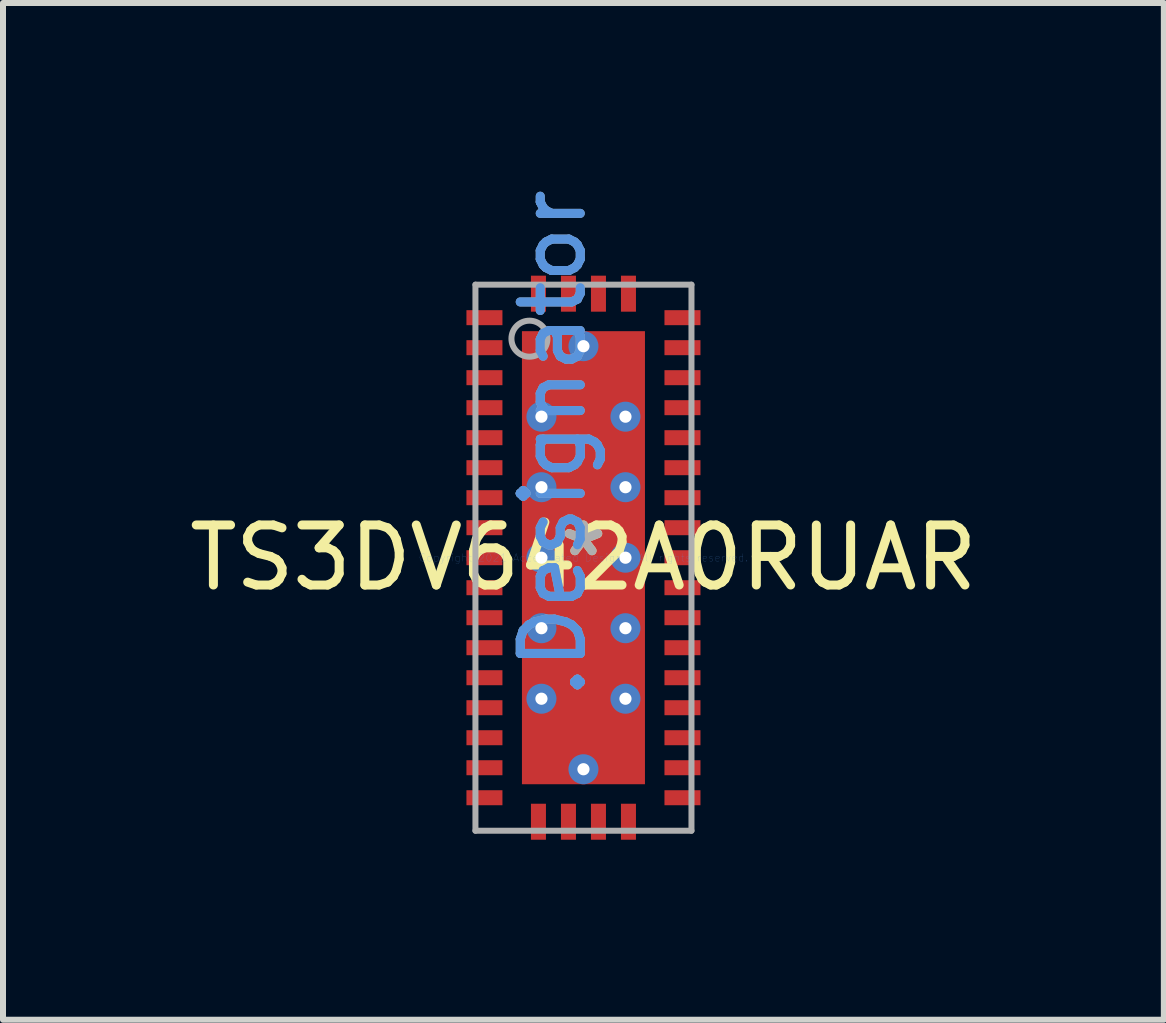
<source format=kicad_pcb>
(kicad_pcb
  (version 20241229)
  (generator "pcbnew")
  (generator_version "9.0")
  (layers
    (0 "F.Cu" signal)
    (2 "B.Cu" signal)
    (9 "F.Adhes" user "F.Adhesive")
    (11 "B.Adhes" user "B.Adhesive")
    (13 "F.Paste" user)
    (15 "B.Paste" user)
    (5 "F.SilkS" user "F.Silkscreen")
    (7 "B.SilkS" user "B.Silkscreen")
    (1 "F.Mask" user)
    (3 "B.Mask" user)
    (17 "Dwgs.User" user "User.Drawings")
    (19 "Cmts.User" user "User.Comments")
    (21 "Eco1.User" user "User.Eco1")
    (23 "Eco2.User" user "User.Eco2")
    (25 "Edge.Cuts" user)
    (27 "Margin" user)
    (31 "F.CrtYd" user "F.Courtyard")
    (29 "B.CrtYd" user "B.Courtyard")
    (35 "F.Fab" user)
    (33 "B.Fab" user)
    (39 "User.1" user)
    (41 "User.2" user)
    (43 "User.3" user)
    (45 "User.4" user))
  (footprint "TS3DV642A0RUAR"
    (layer "F.Cu")
    (at 6.673 6.244)
    (property "Reference" "TS3DV642A0RUAR" (at 0 0 0) (layer "F.SilkS") (effects (font (size 1 1) (thickness 0.15))))
    (attr through_hole)
    (fp_poly (pts (xy -0.1 -3.425) (xy -1.017 -3.425) (xy -1.017 -2.45) (xy -0.1 -2.45)) (stroke (width 0.1) (type solid)) (fill yes) (layer "F.Paste"))
    (fp_poly (pts (xy -0.1 -2.25) (xy -1.017 -2.25) (xy -1.017 -1.275) (xy -0.1 -1.275)) (stroke (width 0.1) (type solid)) (fill yes) (layer "F.Paste"))
    (fp_poly (pts (xy -0.1 -1.075) (xy -1.017 -1.075) (xy -1.017 -0.1) (xy -0.1 -0.1)) (stroke (width 0.1) (type solid)) (fill yes) (layer "F.Paste"))
    (fp_poly (pts (xy -0.1 0.1) (xy -1.017 0.1) (xy -1.017 1.075) (xy -0.1 1.075)) (stroke (width 0.1) (type solid)) (fill yes) (layer "F.Paste"))
    (fp_poly (pts (xy -0.1 1.275) (xy -1.017 1.275) (xy -1.017 2.25) (xy -0.1 2.25)) (stroke (width 0.1) (type solid)) (fill yes) (layer "F.Paste"))
    (fp_poly (pts (xy -0.1 2.45) (xy -1.017 2.45) (xy -1.017 3.425) (xy -0.1 3.425)) (stroke (width 0.1) (type solid)) (fill yes) (layer "F.Paste"))
    (fp_poly (pts (xy 0.1 -2.45) (xy 1.017 -2.45) (xy 1.017 -3.425) (xy 0.1 -3.425)) (stroke (width 0.1) (type solid)) (fill yes) (layer "F.Paste"))
    (fp_poly (pts (xy 0.1 -1.275) (xy 1.017 -1.275) (xy 1.017 -2.25) (xy 0.1 -2.25)) (stroke (width 0.1) (type solid)) (fill yes) (layer "F.Paste"))
    (fp_poly (pts (xy 0.1 -0.1) (xy 1.017 -0.1) (xy 1.017 -1.075) (xy 0.1 -1.075)) (stroke (width 0.1) (type solid)) (fill yes) (layer "F.Paste"))
    (fp_poly (pts (xy 0.1 1.075) (xy 1.017 1.075) (xy 1.017 0.1) (xy 0.1 0.1)) (stroke (width 0.1) (type solid)) (fill yes) (layer "F.Paste"))
    (fp_poly (pts (xy 0.1 2.25) (xy 1.017 2.25) (xy 1.017 1.275) (xy 0.1 1.275)) (stroke (width 0.1) (type solid)) (fill yes) (layer "F.Paste"))
    (fp_poly (pts (xy 0.1 3.425) (xy 1.017 3.425) (xy 1.017 2.45) (xy 0.1 2.45)) (stroke (width 0.1) (type solid)) (fill yes) (layer "F.Paste"))
    (fp_line (start -1.8 -4.55) (end 1.8 -4.55) (stroke (width 0.1) (type solid)) (layer "F.Fab"))
    (fp_line (start -1.8 4.55) (end -1.8 -4.55) (stroke (width 0.1) (type solid)) (layer "F.Fab"))
    (fp_line (start -1.8 4.55) (end 1.8 4.55) (stroke (width 0.1) (type solid)) (layer "F.Fab"))
    (fp_line (start 1.8 4.55) (end 1.8 -4.55) (stroke (width 0.1) (type solid)) (layer "F.Fab"))
    (fp_circle (center -0.9 -3.65) (end -0.6 -3.65) (stroke (width 0.1) (type solid)) (fill no) (layer "F.Fab"))
    (fp_text user "*" (at 0 0 0) (layer "F.SilkS") (effects (font (size 1 1) (thickness 0.15))))
    (fp_text user ".Designator" (at -0.508 -1.905 270) (layer "Cmts.User") (effects (font (size 1 1) (thickness 0.15))))
    (fp_text user "Copyright 2021 Accelerated Designs. All rights reserved." (at 0 0 0) (layer "Cmts.User") (effects (font (size 0.127 0.127) (thickness 0.002))))
    (fp_text user ".Designator" (at -0.508 -1.905 270) (layer "F.Fab") (effects (font (size 1 1) (thickness 0.15))))
    (fp_text user "*" (at 0 0 0) (layer "F.Fab") (effects (font (size 1 1) (thickness 0.15))))
    (pad "1" smd rect (at -1.65 -4 90) (size 0.25 0.6) (layers "F.Cu" "F.Mask" "F.Paste"))
    (pad "2" smd rect (at -1.65 -3.5 90) (size 0.25 0.6) (layers "F.Cu" "F.Mask" "F.Paste"))
    (pad "3" smd rect (at -1.65 -3 90) (size 0.25 0.6) (layers "F.Cu" "F.Mask" "F.Paste"))
    (pad "4" smd rect (at -1.65 -2.5 90) (size 0.25 0.6) (layers "F.Cu" "F.Mask" "F.Paste"))
    (pad "5" smd rect (at -1.65 -2 90) (size 0.25 0.6) (layers "F.Cu" "F.Mask" "F.Paste"))
    (pad "6" smd rect (at -1.65 -1.5 90) (size 0.25 0.6) (layers "F.Cu" "F.Mask" "F.Paste"))
    (pad "7" smd rect (at -1.65 -1 90) (size 0.25 0.6) (layers "F.Cu" "F.Mask" "F.Paste"))
    (pad "8" smd rect (at -1.65 -0.5 90) (size 0.25 0.6) (layers "F.Cu" "F.Mask" "F.Paste"))
    (pad "9" smd rect (at -1.65 0 90) (size 0.25 0.6) (layers "F.Cu" "F.Mask" "F.Paste"))
    (pad "10" smd rect (at -1.65 0.5 90) (size 0.25 0.6) (layers "F.Cu" "F.Mask" "F.Paste"))
    (pad "11" smd rect (at -1.65 1 90) (size 0.25 0.6) (layers "F.Cu" "F.Mask" "F.Paste"))
    (pad "12" smd rect (at -1.65 1.5 90) (size 0.25 0.6) (layers "F.Cu" "F.Mask" "F.Paste"))
    (pad "13" smd rect (at -1.65 2 90) (size 0.25 0.6) (layers "F.Cu" "F.Mask" "F.Paste"))
    (pad "14" smd rect (at -1.65 2.5 90) (size 0.25 0.6) (layers "F.Cu" "F.Mask" "F.Paste"))
    (pad "15" smd rect (at -1.65 3 90) (size 0.25 0.6) (layers "F.Cu" "F.Mask" "F.Paste"))
    (pad "16" smd rect (at -1.65 3.5 90) (size 0.25 0.6) (layers "F.Cu" "F.Mask" "F.Paste"))
    (pad "17" smd rect (at -1.65 4 90) (size 0.25 0.6) (layers "F.Cu" "F.Mask" "F.Paste"))
    (pad "18" smd rect (at -0.75 4.4) (size 0.25 0.6) (layers "F.Cu" "F.Mask" "F.Paste"))
    (pad "19" smd rect (at -0.25 4.4) (size 0.25 0.6) (layers "F.Cu" "F.Mask" "F.Paste"))
    (pad "20" smd rect (at 0.25 4.4) (size 0.25 0.6) (layers "F.Cu" "F.Mask" "F.Paste"))
    (pad "21" smd rect (at 0.75 4.4) (size 0.25 0.6) (layers "F.Cu" "F.Mask" "F.Paste"))
    (pad "22" smd rect (at 1.65 4 90) (size 0.25 0.6) (layers "F.Cu" "F.Mask" "F.Paste"))
    (pad "23" smd rect (at 1.65 3.5 90) (size 0.25 0.6) (layers "F.Cu" "F.Mask" "F.Paste"))
    (pad "24" smd rect (at 1.65 3 90) (size 0.25 0.6) (layers "F.Cu" "F.Mask" "F.Paste"))
    (pad "25" smd rect (at 1.65 2.5 90) (size 0.25 0.6) (layers "F.Cu" "F.Mask" "F.Paste"))
    (pad "26" smd rect (at 1.65 2 90) (size 0.25 0.6) (layers "F.Cu" "F.Mask" "F.Paste"))
    (pad "27" smd rect (at 1.65 1.5 90) (size 0.25 0.6) (layers "F.Cu" "F.Mask" "F.Paste"))
    (pad "28" smd rect (at 1.65 1 90) (size 0.25 0.6) (layers "F.Cu" "F.Mask" "F.Paste"))
    (pad "29" smd rect (at 1.65 0.5 90) (size 0.25 0.6) (layers "F.Cu" "F.Mask" "F.Paste"))
    (pad "30" smd rect (at 1.65 0 90) (size 0.25 0.6) (layers "F.Cu" "F.Mask" "F.Paste"))
    (pad "31" smd rect (at 1.65 -0.5 90) (size 0.25 0.6) (layers "F.Cu" "F.Mask" "F.Paste"))
    (pad "32" smd rect (at 1.65 -1 90) (size 0.25 0.6) (layers "F.Cu" "F.Mask" "F.Paste"))
    (pad "33" smd rect (at 1.65 -1.5 90) (size 0.25 0.6) (layers "F.Cu" "F.Mask" "F.Paste"))
    (pad "34" smd rect (at 1.65 -2 90) (size 0.25 0.6) (layers "F.Cu" "F.Mask" "F.Paste"))
    (pad "35" smd rect (at 1.65 -2.5 90) (size 0.25 0.6) (layers "F.Cu" "F.Mask" "F.Paste"))
    (pad "36" smd rect (at 1.65 -3 90) (size 0.25 0.6) (layers "F.Cu" "F.Mask" "F.Paste"))
    (pad "37" smd rect (at 1.65 -3.5 90) (size 0.25 0.6) (layers "F.Cu" "F.Mask" "F.Paste"))
    (pad "38" smd rect (at 1.65 -4 90) (size 0.25 0.6) (layers "F.Cu" "F.Mask" "F.Paste"))
    (pad "39" smd rect (at 0.75 -4.4) (size 0.25 0.6) (layers "F.Cu" "F.Mask" "F.Paste"))
    (pad "40" smd rect (at 0.25 -4.4) (size 0.25 0.6) (layers "F.Cu" "F.Mask" "F.Paste"))
    (pad "41" smd rect (at -0.25 -4.4) (size 0.25 0.6) (layers "F.Cu" "F.Mask" "F.Paste"))
    (pad "42" smd rect (at -0.75 -4.4) (size 0.25 0.6) (layers "F.Cu" "F.Mask" "F.Paste"))
    (pad "43" smd rect (at 0 0) (size 2.05 7.55) (layers "F.Cu" "F.Mask"))
    (pad "V" thru_hole circle (at -0.7 -2.35) (size 0.5 0.5) (drill 0.203) (layers "*.Cu" "*.Mask"))
    (pad "V" thru_hole circle (at -0.7 -1.175) (size 0.5 0.5) (drill 0.203) (layers "*.Cu" "*.Mask"))
    (pad "V" thru_hole circle (at -0.7 0) (size 0.5 0.5) (drill 0.203) (layers "*.Cu" "*.Mask"))
    (pad "V" thru_hole circle (at -0.7 1.175) (size 0.5 0.5) (drill 0.203) (layers "*.Cu" "*.Mask"))
    (pad "V" thru_hole circle (at -0.7 2.35) (size 0.5 0.5) (drill 0.203) (layers "*.Cu" "*.Mask"))
    (pad "V" thru_hole circle (at 0 -3.525) (size 0.5 0.5) (drill 0.203) (layers "*.Cu" "*.Mask"))
    (pad "V" thru_hole circle (at 0 3.525) (size 0.5 0.5) (drill 0.203) (layers "*.Cu" "*.Mask"))
    (pad "V" thru_hole circle (at 0.7 -2.35) (size 0.5 0.5) (drill 0.203) (layers "*.Cu" "*.Mask"))
    (pad "V" thru_hole circle (at 0.7 -1.175) (size 0.5 0.5) (drill 0.203) (layers "*.Cu" "*.Mask"))
    (pad "V" thru_hole circle (at 0.7 0) (size 0.5 0.5) (drill 0.203) (layers "*.Cu" "*.Mask"))
    (pad "V" thru_hole circle (at 0.7 1.175) (size 0.5 0.5) (drill 0.203) (layers "*.Cu" "*.Mask"))
    (pad "V" thru_hole circle (at 0.7 2.35) (size 0.5 0.5) (drill 0.203) (layers "*.Cu" "*.Mask")))
  (gr_rect
    (start -3 -3)
    (end 16.345 13.944)
    (stroke (width 0.1) (type default))
    (fill no)
    (layer "Edge.Cuts")))
</source>
